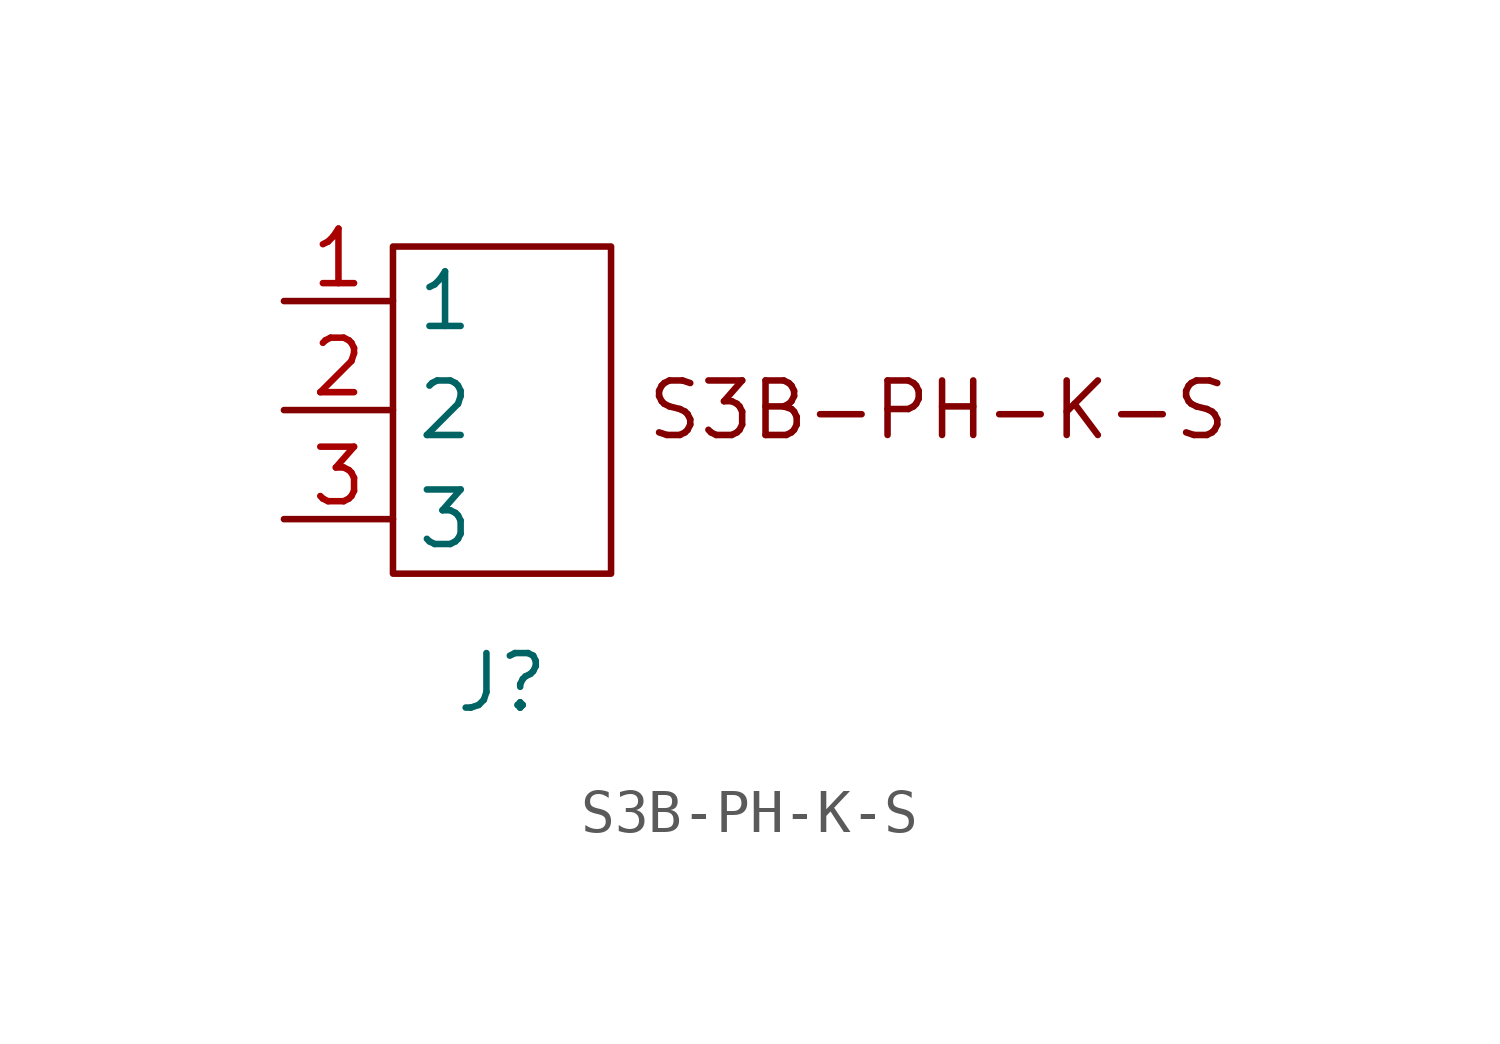
<source format=kicad_sym>
(kicad_symbol_lib
  (version 20231120)
  (generator "kicad_symbol_editor")
  (generator_version "8.0")
  (symbol "S3B-PH-K-S"
    (property "Reference" "J"
      (at 0 -6.35 0)
      (effects (font (size 1.27 1.27))))
    (property "Value" ""
      (at -3.81 1.27 0)
      (effects (font (size 1.27 1.27))))
    (symbol "S3B-PH-K-S_0_1"
      (rectangle (start -2.54 3.81) (end 2.54 -3.81) (stroke (width 0) (type default)) (fill (type none))))
    (symbol "S3B-PH-K-S_1_1"
      (text "S3B-PH-K-S" (at 10.16 0 0) (effects (font (size 1.27 1.27))))
      (pin unspecified line (at -5.08 2.54 0) (length 2.54) (name "1" (effects (font (size 1.27 1.27)))) (number "1" (effects (font (size 1.27 1.27)))))
      (pin unspecified line (at -5.08 0 0) (length 2.54) (name "2" (effects (font (size 1.27 1.27)))) (number "2" (effects (font (size 1.27 1.27)))))
      (pin unspecified line (at -5.08 -2.54 0) (length 2.54) (name "3" (effects (font (size 1.27 1.27)))) (number "3" (effects (font (size 1.27 1.27))))))))
</source>
